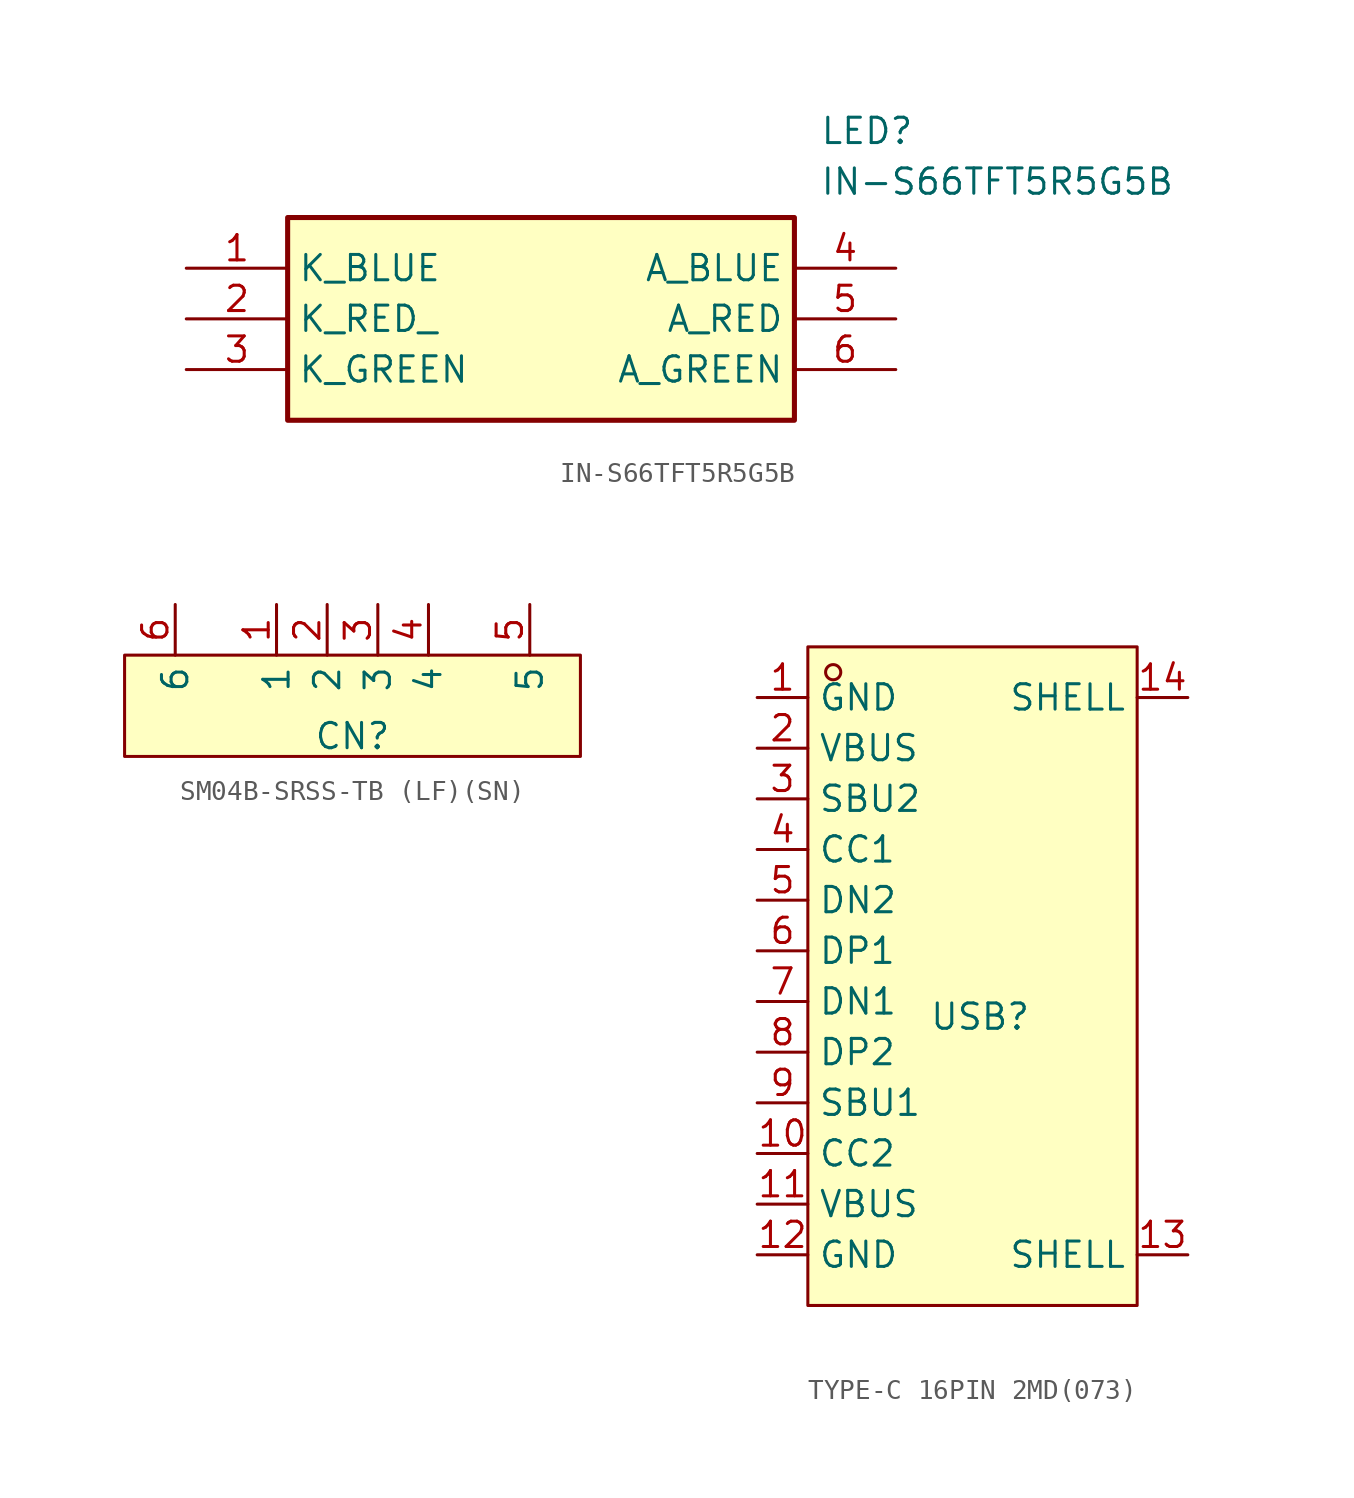
<source format=kicad_sym>
(kicad_symbol_lib
  (version 20241209)
  (generator "kicad_symbol_editor")
  (generator_version "9.0")
  (symbol "IN-S66TFT5R5G5B"
    (property "Reference" "LED"
      (at 31.75 7.62 0)
      (effects (font (size 1.27 1.27)) (justify left top)))
    (property "Value" "IN-S66TFT5R5G5B"
      (at 31.75 5.08 0)
      (effects (font (size 1.27 1.27)) (justify left top)))
    (symbol "IN-S66TFT5R5G5B_1_1"
      (rectangle (start 5.08 2.54) (end 30.48 -7.62) (stroke (width 0.254) (type default)) (fill (type background)))
      (pin passive line (at 0 0 0) (length 5.08) (name "K_BLUE" (effects (font (size 1.27 1.27)))) (number "1" (effects (font (size 1.27 1.27)))))
      (pin passive line (at 0 -2.54 0) (length 5.08) (name "K_RED_" (effects (font (size 1.27 1.27)))) (number "2" (effects (font (size 1.27 1.27)))))
      (pin passive line (at 0 -5.08 0) (length 5.08) (name "K_GREEN" (effects (font (size 1.27 1.27)))) (number "3" (effects (font (size 1.27 1.27)))))
      (pin passive line (at 35.56 0 180) (length 5.08) (name "A_BLUE" (effects (font (size 1.27 1.27)))) (number "4" (effects (font (size 1.27 1.27)))))
      (pin passive line (at 35.56 -2.54 180) (length 5.08) (name "A_RED" (effects (font (size 1.27 1.27)))) (number "5" (effects (font (size 1.27 1.27)))))
      (pin passive line (at 35.56 -5.08 180) (length 5.08) (name "A_GREEN" (effects (font (size 1.27 1.27)))) (number "6" (effects (font (size 1.27 1.27)))))))
  (symbol "SM04B-SRSS-TB (LF)(SN)"
    (property "Reference" "CN"
      (at 0 -2.794 0)
      (effects (font (size 1.27 1.27))))
    (property "Value" ""
      (at 0 0 0)
      (effects (font (size 1.27 1.27))))
    (symbol "SM04B-SRSS-TB (LF)(SN)_1_0"
      (rectangle (start -11.43 1.27) (end 11.43 -3.81) (stroke (width 0) (type default)) (fill (type color) (color 255 255 194 1)))
      (pin passive line (at -8.89 3.81 270) (length 2.54) (name "6" (effects (font (size 1.27 1.27)))) (number "6" (effects (font (size 1.27 1.27)))))
      (pin bidirectional line (at -3.81 3.81 270) (length 2.54) (name "1" (effects (font (size 1.27 1.27)))) (number "1" (effects (font (size 1.27 1.27)))))
      (pin bidirectional line (at -1.27 3.81 270) (length 2.54) (name "2" (effects (font (size 1.27 1.27)))) (number "2" (effects (font (size 1.27 1.27)))))
      (pin passive line (at 1.27 3.81 270) (length 2.54) (name "3" (effects (font (size 1.27 1.27)))) (number "3" (effects (font (size 1.27 1.27)))))
      (pin passive line (at 3.81 3.81 270) (length 2.54) (name "4" (effects (font (size 1.27 1.27)))) (number "4" (effects (font (size 1.27 1.27)))))
      (pin passive line (at 8.89 3.81 270) (length 2.54) (name "5" (effects (font (size 1.27 1.27)))) (number "5" (effects (font (size 1.27 1.27)))))))
  (symbol "TYPE-C 16PIN 2MD(073)"
    (property "Reference" "USB"
      (at -0.254 -2.032 0)
      (effects (font (size 1.27 1.27))))
    (property "Value" ""
      (at 0 0 0)
      (effects (font (size 1.27 1.27))))
    (symbol "TYPE-C 16PIN 2MD(073)_1_0"
      (rectangle (start -8.89 16.51) (end 7.62 -16.51) (stroke (width 0) (type default)) (fill (type color) (color 255 255 194 1)))
      (circle (center -7.62 15.24) (radius 0.381) (stroke (width 0) (type default)) (fill (type none)))
      (pin passive line (at -11.43 13.97 0) (length 2.54) (name "GND" (effects (font (size 1.27 1.27)))) (number "1" (effects (font (size 1.27 1.27)))))
      (pin power_out line (at -11.43 11.43 0) (length 2.54) (name "VBUS" (effects (font (size 1.27 1.27)))) (number "2" (effects (font (size 1.27 1.27)))))
      (pin bidirectional line (at -11.43 8.89 0) (length 2.54) (name "SBU2" (effects (font (size 1.27 1.27)))) (number "3" (effects (font (size 1.27 1.27)))))
      (pin bidirectional line (at -11.43 6.35 0) (length 2.54) (name "CC1" (effects (font (size 1.27 1.27)))) (number "4" (effects (font (size 1.27 1.27)))))
      (pin bidirectional line (at -11.43 3.81 0) (length 2.54) (name "DN2" (effects (font (size 1.27 1.27)))) (number "5" (effects (font (size 1.27 1.27)))))
      (pin bidirectional line (at -11.43 1.27 0) (length 2.54) (name "DP1" (effects (font (size 1.27 1.27)))) (number "6" (effects (font (size 1.27 1.27)))))
      (pin bidirectional line (at -11.43 -1.27 0) (length 2.54) (name "DN1" (effects (font (size 1.27 1.27)))) (number "7" (effects (font (size 1.27 1.27)))))
      (pin bidirectional line (at -11.43 -3.81 0) (length 2.54) (name "DP2" (effects (font (size 1.27 1.27)))) (number "8" (effects (font (size 1.27 1.27)))))
      (pin bidirectional line (at -11.43 -6.35 0) (length 2.54) (name "SBU1" (effects (font (size 1.27 1.27)))) (number "9" (effects (font (size 1.27 1.27)))))
      (pin bidirectional line (at -11.43 -8.89 0) (length 2.54) (name "CC2" (effects (font (size 1.27 1.27)))) (number "10" (effects (font (size 1.27 1.27)))))
      (pin passive line (at -11.43 -11.43 0) (length 2.54) (name "VBUS" (effects (font (size 1.27 1.27)))) (number "11" (effects (font (size 1.27 1.27)))))
      (pin passive line (at -11.43 -13.97 0) (length 2.54) (name "GND" (effects (font (size 1.27 1.27)))) (number "12" (effects (font (size 1.27 1.27)))))
      (pin passive line (at 10.16 13.97 180) (length 2.54) (name "SHELL" (effects (font (size 1.27 1.27)))) (number "14" (effects (font (size 1.27 1.27)))))
      (pin passive line (at 10.16 -13.97 180) (length 2.54) (name "SHELL" (effects (font (size 1.27 1.27)))) (number "13" (effects (font (size 1.27 1.27))))))))
</source>
